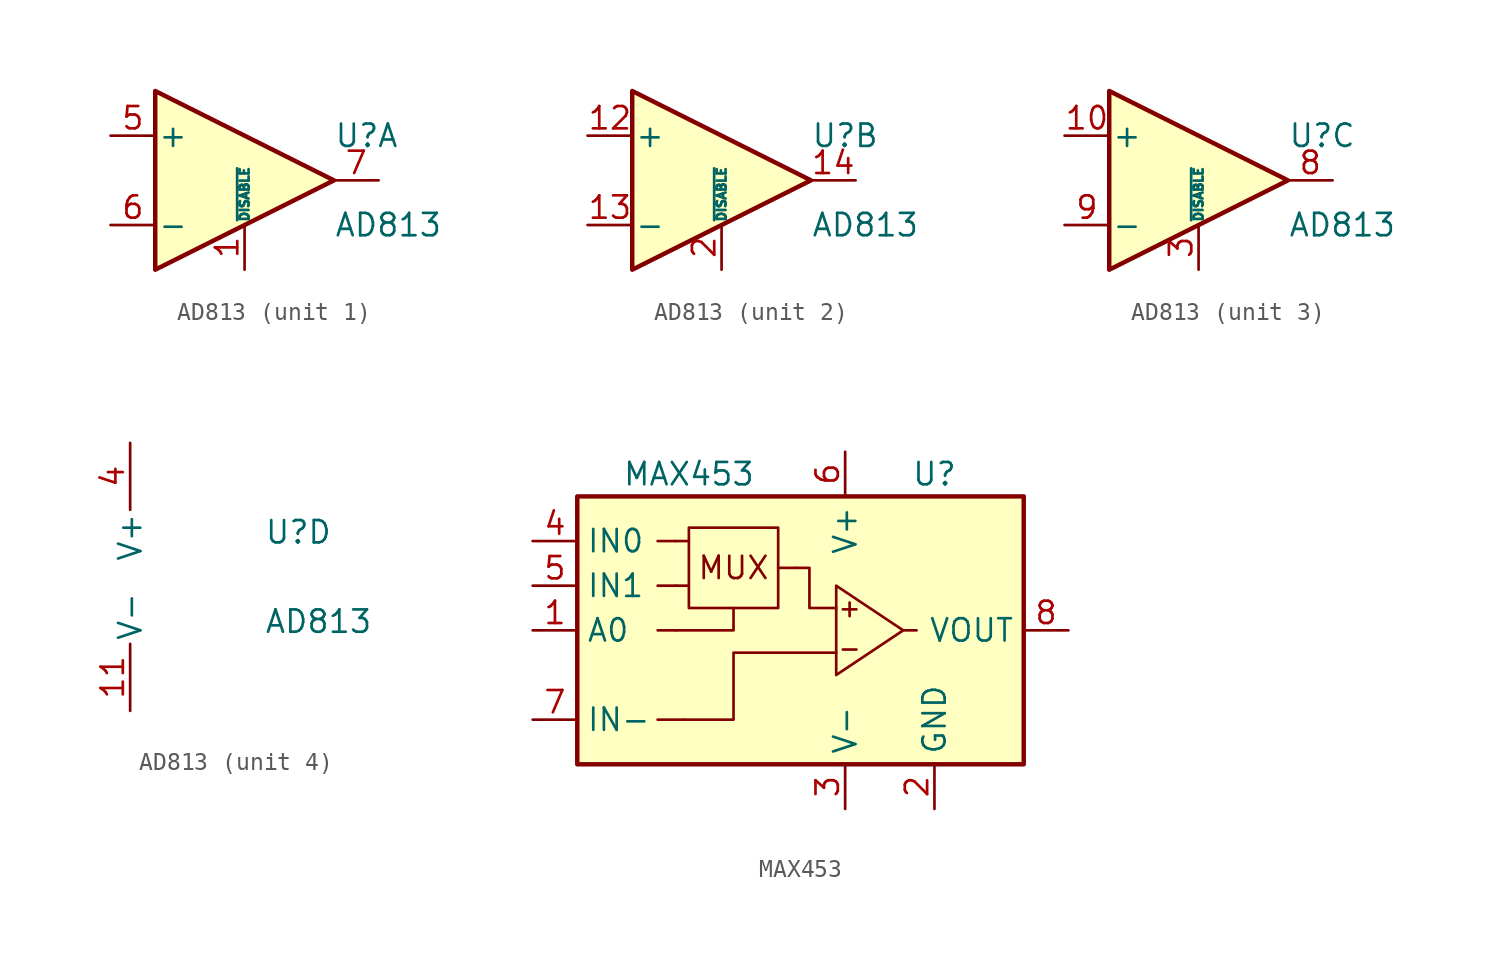
<source format=kicad_sym>
(kicad_symbol_lib
  (version 20201005)
  (generator kicad_symbol_editor)
  (symbol "AD813"
    (pin_names
      (offset 0.127))
    (property "Reference" "U"
      (at 5.08 2.54 0)
      (effects (font (size 1.27 1.27)) (justify left)))
    (property "Value" "AD813"
      (at 5.08 -2.54 0)
      (effects (font (size 1.27 1.27)) (justify left)))
    (property "ki_locked" ""
      (at 0 0 0)
      (effects (font (size 1.27 1.27))))
    (symbol "AD813_1_1"
      (polyline (pts (xy 5.08 0) (xy -5.08 5.08) (xy -5.08 -5.08) (xy 5.08 0)) (stroke (width 0.254)) (fill (type background)))
      (pin input line (at 0 -5.08 90) (length 2.54) (name "~DISABLE" (effects (font (size 0.508 0.508)))) (number "1" (effects (font (size 1.27 1.27)))))
      (pin input line (at -7.62 2.54 0) (length 2.54) (name "+" (effects (font (size 1.27 1.27)))) (number "5" (effects (font (size 1.27 1.27)))))
      (pin input line (at -7.62 -2.54 0) (length 2.54) (name "-" (effects (font (size 1.27 1.27)))) (number "6" (effects (font (size 1.27 1.27)))))
      (pin output line (at 7.62 0 180) (length 2.54) (name "~" (effects (font (size 1.27 1.27)))) (number "7" (effects (font (size 1.27 1.27))))))
    (symbol "AD813_2_1"
      (polyline (pts (xy 5.08 0) (xy -5.08 5.08) (xy -5.08 -5.08) (xy 5.08 0)) (stroke (width 0.254)) (fill (type background)))
      (pin input line (at -7.62 2.54 0) (length 2.54) (name "+" (effects (font (size 1.27 1.27)))) (number "12" (effects (font (size 1.27 1.27)))))
      (pin input line (at -7.62 -2.54 0) (length 2.54) (name "-" (effects (font (size 1.27 1.27)))) (number "13" (effects (font (size 1.27 1.27)))))
      (pin output line (at 7.62 0 180) (length 2.54) (name "~" (effects (font (size 1.27 1.27)))) (number "14" (effects (font (size 1.27 1.27)))))
      (pin input line (at 0 -5.08 90) (length 2.54) (name "~DISABLE" (effects (font (size 0.508 0.508)))) (number "2" (effects (font (size 1.27 1.27))))))
    (symbol "AD813_3_1"
      (polyline (pts (xy 5.08 0) (xy -5.08 5.08) (xy -5.08 -5.08) (xy 5.08 0)) (stroke (width 0.254)) (fill (type background)))
      (pin input line (at -7.62 2.54 0) (length 2.54) (name "+" (effects (font (size 1.27 1.27)))) (number "10" (effects (font (size 1.27 1.27)))))
      (pin input line (at 0 -5.08 90) (length 2.54) (name "~DISABLE" (effects (font (size 0.508 0.508)))) (number "3" (effects (font (size 1.27 1.27)))))
      (pin output line (at 7.62 0 180) (length 2.54) (name "~" (effects (font (size 1.27 1.27)))) (number "8" (effects (font (size 1.27 1.27)))))
      (pin input line (at -7.62 -2.54 0) (length 2.54) (name "-" (effects (font (size 1.27 1.27)))) (number "9" (effects (font (size 1.27 1.27))))))
    (symbol "AD813_4_1"
      (pin power_in line (at -2.54 -7.62 90) (length 3.81) (name "V-" (effects (font (size 1.27 1.27)))) (number "11" (effects (font (size 1.27 1.27)))))
      (pin power_in line (at -2.54 7.62 270) (length 3.81) (name "V+" (effects (font (size 1.27 1.27)))) (number "4" (effects (font (size 1.27 1.27)))))))
  (symbol "MAX453"
    (property "Reference" "U"
      (at 7.62 8.89 0)
      (effects (font (size 1.27 1.27))))
    (property "Value" "MAX453"
      (at -6.35 8.89 0)
      (effects (font (size 1.27 1.27))))
    (symbol "MAX453_0_0"
      (text "+" (at 2.794 1.27 0) (effects (font (size 1.016 1.016))))
      (text "-" (at 2.794 -1.016 0) (effects (font (size 1.016 1.016))))
      (text "MUX" (at -3.81 3.556 0) (effects (font (size 1.27 1.27))))
      (rectangle (start -12.7 7.62) (end 12.7 -7.62) (stroke (width 0.254)) (fill (type background)))
      (rectangle (start -6.35 5.842) (end -1.27 1.27) (stroke (width 0)) (fill (type none)))
      (polyline (pts (xy -6.35 2.54) (xy -7.112 2.54)) (stroke (width 0)) (fill (type none)))
      (polyline (pts (xy -6.35 5.08) (xy -7.112 5.08)) (stroke (width 0)) (fill (type none)))
      (polyline (pts (xy -1.27 3.556) (xy -0.254 3.556)) (stroke (width 0)) (fill (type none)))
      (polyline (pts (xy -3.81 1.27) (xy -3.81 0) (xy -7.112 0)) (stroke (width 0)) (fill (type none)))
      (polyline (pts (xy 2.032 1.27) (xy 0.508 1.27) (xy 0.508 3.556) (xy -0.254 3.556)) (stroke (width 0)) (fill (type none)))
      (polyline (pts (xy 5.842 0) (xy 2.032 2.54) (xy 2.032 -2.54) (xy 5.842 0)) (stroke (width 0)) (fill (type none)))
      (polyline (pts (xy 2.032 -1.27) (xy 0.508 -1.27) (xy -3.81 -1.27) (xy -3.81 -5.08) (xy -6.604 -5.08)) (stroke (width 0)) (fill (type none))))
    (symbol "MAX453_0_1"
      (polyline (pts (xy -8.128 2.54) (xy -7.112 2.54)) (stroke (width 0)) (fill (type none)))
      (polyline (pts (xy -7.112 0) (xy -8.128 0)) (stroke (width 0)) (fill (type none)))
      (polyline (pts (xy -7.112 5.08) (xy -8.128 5.08)) (stroke (width 0)) (fill (type none)))
      (polyline (pts (xy -6.604 -5.08) (xy -8.128 -5.08)) (stroke (width 0)) (fill (type none)))
      (polyline (pts (xy 5.842 0) (xy 6.604 0)) (stroke (width 0)) (fill (type none))))
    (symbol "MAX453_1_1"
      (pin input line (at -15.24 0 0) (length 2.54) (name "A0" (effects (font (size 1.27 1.27)))) (number "1" (effects (font (size 1.27 1.27)))))
      (pin power_in line (at 7.62 -10.16 90) (length 2.54) (name "GND" (effects (font (size 1.27 1.27)))) (number "2" (effects (font (size 1.27 1.27)))))
      (pin power_in line (at 2.54 -10.16 90) (length 2.54) (name "V-" (effects (font (size 1.27 1.27)))) (number "3" (effects (font (size 1.27 1.27)))))
      (pin input line (at -15.24 5.08 0) (length 2.54) (name "IN0" (effects (font (size 1.27 1.27)))) (number "4" (effects (font (size 1.27 1.27)))))
      (pin input line (at -15.24 2.54 0) (length 2.54) (name "IN1" (effects (font (size 1.27 1.27)))) (number "5" (effects (font (size 1.27 1.27)))))
      (pin power_in line (at 2.54 10.16 270) (length 2.54) (name "V+" (effects (font (size 1.27 1.27)))) (number "6" (effects (font (size 1.27 1.27)))))
      (pin input line (at -15.24 -5.08 0) (length 2.54) (name "IN-" (effects (font (size 1.27 1.27)))) (number "7" (effects (font (size 1.27 1.27)))))
      (pin output line (at 15.24 0 180) (length 2.54) (name "VOUT" (effects (font (size 1.27 1.27)))) (number "8" (effects (font (size 1.27 1.27))))))))
</source>
